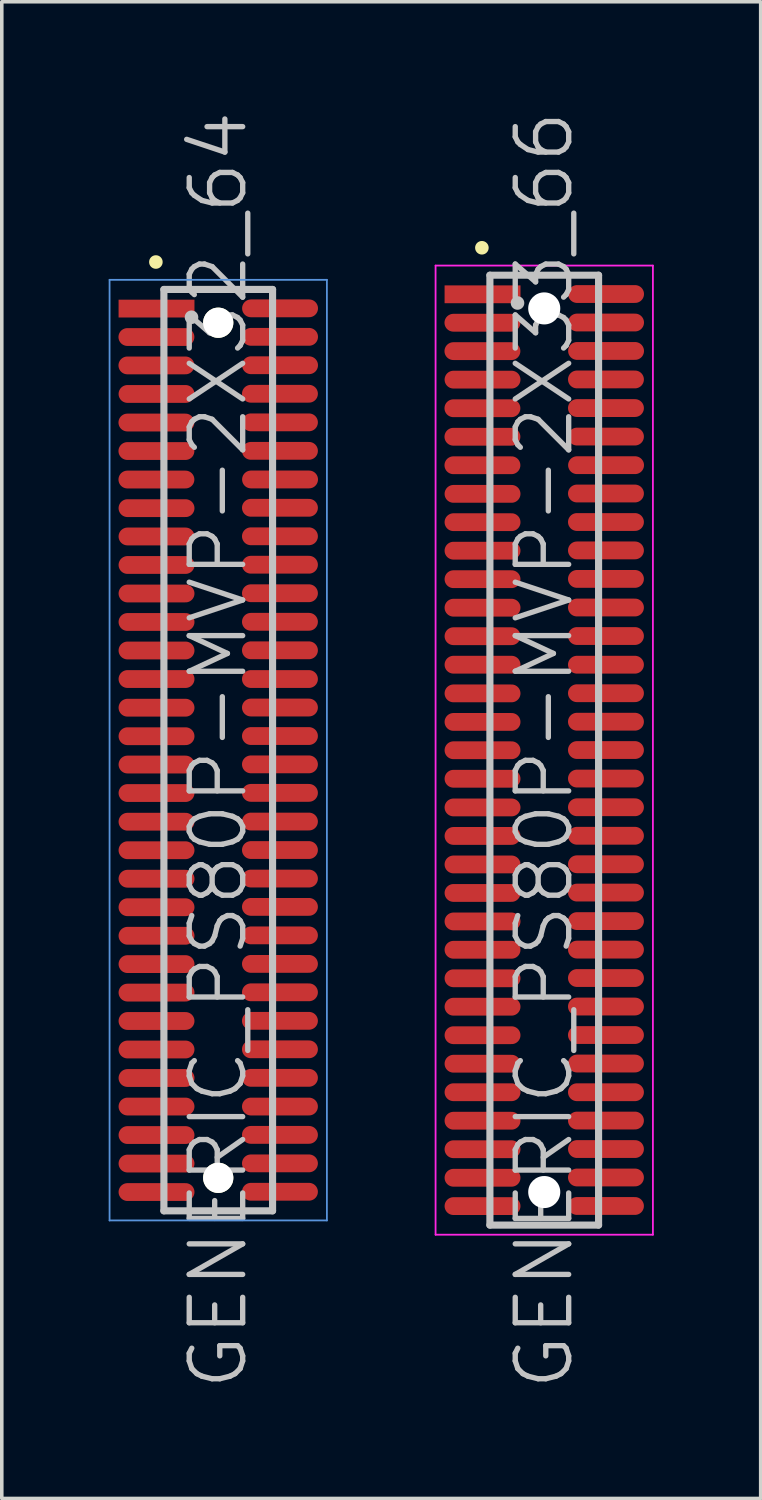
<source format=kicad_pcb>
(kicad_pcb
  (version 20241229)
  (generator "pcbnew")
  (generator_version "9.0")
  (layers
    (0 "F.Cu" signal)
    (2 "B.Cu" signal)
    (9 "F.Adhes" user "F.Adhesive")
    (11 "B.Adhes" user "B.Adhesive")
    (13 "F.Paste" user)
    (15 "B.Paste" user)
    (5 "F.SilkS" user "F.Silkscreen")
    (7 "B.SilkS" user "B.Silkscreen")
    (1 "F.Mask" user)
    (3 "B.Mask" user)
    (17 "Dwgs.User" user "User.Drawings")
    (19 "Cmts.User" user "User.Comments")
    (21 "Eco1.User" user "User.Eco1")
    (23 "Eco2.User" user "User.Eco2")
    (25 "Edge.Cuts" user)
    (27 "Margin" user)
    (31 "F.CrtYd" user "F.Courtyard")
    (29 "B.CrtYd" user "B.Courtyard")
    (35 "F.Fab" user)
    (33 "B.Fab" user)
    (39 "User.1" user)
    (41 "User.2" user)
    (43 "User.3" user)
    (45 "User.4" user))
  (footprint "GENERIC_PS80P-MVP-2X33_66"
    (layer "F.Cu")
    (at 12.225 18.004)
    (property "Reference" "GENERIC_PS80P-MVP-2X33_66" (at 0 0 90) (layer "Dwgs.User") (effects (font (size 1.5 1.5) (thickness 0.15))))
    (attr smd)
    (fp_line (start -1.75 -14.1) (end -1.75 -14.1) (stroke (width 0.381) (type solid)) (layer "F.SilkS"))
    (fp_line (start -1.525 -13.33) (end -1.525 13.33) (stroke (width 0.2) (type solid)) (layer "Dwgs.User"))
    (fp_line (start -1.525 -13.33) (end 1.525 -13.33) (stroke (width 0.2) (type solid)) (layer "Dwgs.User"))
    (fp_line (start -1.525 13.33) (end 1.525 13.33) (stroke (width 0.2) (type solid)) (layer "Dwgs.User"))
    (fp_line (start -0.75 -12.55) (end -0.75 -12.55) (stroke (width 0.381) (type solid)) (layer "Dwgs.User"))
    (fp_line (start 1.525 -13.33) (end 1.525 13.33) (stroke (width 0.2) (type solid)) (layer "Dwgs.User"))
    (fp_line (start -3.05 -13.6) (end -3.05 13.6) (stroke (width 0.05) (type solid)) (layer "F.CrtYd"))
    (fp_line (start -3.05 -13.6) (end 3.05 -13.6) (stroke (width 0.05) (type solid)) (layer "F.CrtYd"))
    (fp_line (start -3.05 13.6) (end 3.05 13.6) (stroke (width 0.05) (type solid)) (layer "F.CrtYd"))
    (fp_line (start 3.05 -13.6) (end 3.05 13.6) (stroke (width 0.05) (type solid)) (layer "F.CrtYd"))
    (pad "" np_thru_hole circle (at 0 -12.398 270) (size 0.9 0.9) (drill 0.9) (layers "*.Cu" "*.Mask"))
    (pad "" np_thru_hole circle (at 0 12.403 270) (size 0.9 0.9) (drill 0.9) (layers "*.Cu" "*.Mask"))
    (pad "1" smd rect (at -1.732 -12.794 270) (size 0.5 2.13) (layers "F.Cu" "F.Mask" "F.Paste"))
    (pad "2" smd oval (at 1.735 -12.802 270) (size 0.5 2.13) (layers "F.Cu" "F.Mask" "F.Paste"))
    (pad "3" smd oval (at -1.735 -11.996 270) (size 0.5 2.13) (layers "F.Cu" "F.Mask" "F.Paste"))
    (pad "4" smd oval (at 1.735 -12.002 270) (size 0.5 2.13) (layers "F.Cu" "F.Mask" "F.Paste"))
    (pad "5" smd oval (at -1.735 -11.199 270) (size 0.5 2.13) (layers "F.Cu" "F.Mask" "F.Paste"))
    (pad "6" smd oval (at 1.735 -11.204 270) (size 0.5 2.13) (layers "F.Cu" "F.Mask" "F.Paste"))
    (pad "7" smd oval (at -1.732 -10.399 270) (size 0.5 2.13) (layers "F.Cu" "F.Mask" "F.Paste"))
    (pad "8" smd oval (at 1.732 -10.404 270) (size 0.5 2.13) (layers "F.Cu" "F.Mask" "F.Paste"))
    (pad "9" smd oval (at -1.735 -9.596 270) (size 0.5 2.13) (layers "F.Cu" "F.Mask" "F.Paste"))
    (pad "10" smd oval (at 1.732 -9.601 270) (size 0.5 2.13) (layers "F.Cu" "F.Mask" "F.Paste"))
    (pad "11" smd oval (at -1.735 -8.796 270) (size 0.5 2.13) (layers "F.Cu" "F.Mask" "F.Paste"))
    (pad "12" smd oval (at 1.732 -8.801 270) (size 0.5 2.13) (layers "F.Cu" "F.Mask" "F.Paste"))
    (pad "13" smd oval (at -1.735 -7.996 270) (size 0.5 2.13) (layers "F.Cu" "F.Mask" "F.Paste"))
    (pad "14" smd oval (at 1.735 -7.998 270) (size 0.5 2.13) (layers "F.Cu" "F.Mask" "F.Paste"))
    (pad "15" smd oval (at -1.732 -7.193 270) (size 0.5 2.13) (layers "F.Cu" "F.Mask" "F.Paste"))
    (pad "16" smd oval (at 1.732 -7.203 270) (size 0.5 2.13) (layers "F.Cu" "F.Mask" "F.Paste"))
    (pad "17" smd oval (at -1.732 -6.398 270) (size 0.5 2.13) (layers "F.Cu" "F.Mask" "F.Paste"))
    (pad "18" smd oval (at 1.732 -6.403 270) (size 0.5 2.13) (layers "F.Cu" "F.Mask" "F.Paste"))
    (pad "19" smd oval (at -1.732 -5.598 270) (size 0.5 2.13) (layers "F.Cu" "F.Mask" "F.Paste"))
    (pad "20" smd oval (at 1.732 -5.606 270) (size 0.5 2.13) (layers "F.Cu" "F.Mask" "F.Paste"))
    (pad "21" smd oval (at -1.732 -4.798 270) (size 0.5 2.13) (layers "F.Cu" "F.Mask" "F.Paste"))
    (pad "22" smd oval (at 1.732 -4.806 270) (size 0.5 2.13) (layers "F.Cu" "F.Mask" "F.Paste"))
    (pad "23" smd oval (at -1.732 -3.998 270) (size 0.5 2.13) (layers "F.Cu" "F.Mask" "F.Paste"))
    (pad "24" smd oval (at 1.732 -4.003 270) (size 0.5 2.13) (layers "F.Cu" "F.Mask" "F.Paste"))
    (pad "25" smd oval (at -1.732 -3.198 270) (size 0.5 2.13) (layers "F.Cu" "F.Mask" "F.Paste"))
    (pad "26" smd oval (at 1.732 -3.203 270) (size 0.5 2.13) (layers "F.Cu" "F.Mask" "F.Paste"))
    (pad "27" smd oval (at -1.732 -2.398 270) (size 0.5 2.13) (layers "F.Cu" "F.Mask" "F.Paste"))
    (pad "28" smd oval (at 1.732 -2.398 270) (size 0.5 2.13) (layers "F.Cu" "F.Mask" "F.Paste"))
    (pad "29" smd oval (at -1.732 -1.593 270) (size 0.5 2.13) (layers "F.Cu" "F.Mask" "F.Paste"))
    (pad "30" smd oval (at 1.732 -1.598 270) (size 0.5 2.13) (layers "F.Cu" "F.Mask" "F.Paste"))
    (pad "31" smd oval (at -1.732 -0.792 270) (size 0.5 2.13) (layers "F.Cu" "F.Mask" "F.Paste"))
    (pad "32" smd oval (at 1.732 -0.798 270) (size 0.5 2.13) (layers "F.Cu" "F.Mask" "F.Paste"))
    (pad "33" smd oval (at -1.732 0.003 270) (size 0.5 2.13) (layers "F.Cu" "F.Mask" "F.Paste"))
    (pad "34" smd oval (at 1.732 -0.003 270) (size 0.5 2.13) (layers "F.Cu" "F.Mask" "F.Paste"))
    (pad "35" smd oval (at -1.732 0.803 270) (size 0.5 2.13) (layers "F.Cu" "F.Mask" "F.Paste"))
    (pad "36" smd oval (at 1.732 0.798 270) (size 0.5 2.13) (layers "F.Cu" "F.Mask" "F.Paste"))
    (pad "37" smd oval (at -1.732 1.608 270) (size 0.5 2.13) (layers "F.Cu" "F.Mask" "F.Paste"))
    (pad "38" smd oval (at 1.732 1.603 270) (size 0.5 2.13) (layers "F.Cu" "F.Mask" "F.Paste"))
    (pad "39" smd oval (at -1.732 2.408 270) (size 0.5 2.13) (layers "F.Cu" "F.Mask" "F.Paste"))
    (pad "40" smd oval (at 1.732 2.403 270) (size 0.5 2.13) (layers "F.Cu" "F.Mask" "F.Paste"))
    (pad "41" smd oval (at -1.732 3.208 270) (size 0.5 2.13) (layers "F.Cu" "F.Mask" "F.Paste"))
    (pad "42" smd oval (at 1.732 3.203 270) (size 0.5 2.13) (layers "F.Cu" "F.Mask" "F.Paste"))
    (pad "43" smd oval (at -1.732 4.008 270) (size 0.5 2.13) (layers "F.Cu" "F.Mask" "F.Paste"))
    (pad "44" smd oval (at 1.732 3.998 270) (size 0.5 2.13) (layers "F.Cu" "F.Mask" "F.Paste"))
    (pad "45" smd oval (at -1.732 4.808 270) (size 0.5 2.13) (layers "F.Cu" "F.Mask" "F.Paste"))
    (pad "46" smd oval (at 1.732 4.798 270) (size 0.5 2.13) (layers "F.Cu" "F.Mask" "F.Paste"))
    (pad "47" smd oval (at -1.732 5.603 270) (size 0.5 2.13) (layers "F.Cu" "F.Mask" "F.Paste"))
    (pad "48" smd oval (at 1.732 5.598 270) (size 0.5 2.13) (layers "F.Cu" "F.Mask" "F.Paste"))
    (pad "49" smd oval (at -1.732 6.403 270) (size 0.5 2.13) (layers "F.Cu" "F.Mask" "F.Paste"))
    (pad "50" smd oval (at 1.732 6.396 270) (size 0.5 2.13) (layers "F.Cu" "F.Mask" "F.Paste"))
    (pad "51" smd oval (at -1.732 7.201 270) (size 0.5 2.13) (layers "F.Cu" "F.Mask" "F.Paste"))
    (pad "52" smd oval (at 1.732 7.196 270) (size 0.5 2.13) (layers "F.Cu" "F.Mask" "F.Paste"))
    (pad "53" smd oval (at -1.732 8.001 270) (size 0.5 2.13) (layers "F.Cu" "F.Mask" "F.Paste"))
    (pad "54" smd oval (at 1.732 7.996 270) (size 0.5 2.13) (layers "F.Cu" "F.Mask" "F.Paste"))
    (pad "55" smd oval (at -1.732 8.801 270) (size 0.5 2.13) (layers "F.Cu" "F.Mask" "F.Paste"))
    (pad "56" smd oval (at 1.732 8.796 270) (size 0.5 2.13) (layers "F.Cu" "F.Mask" "F.Paste"))
    (pad "57" smd oval (at -1.732 9.601 270) (size 0.5 2.13) (layers "F.Cu" "F.Mask" "F.Paste"))
    (pad "58" smd oval (at 1.732 9.601 270) (size 0.5 2.13) (layers "F.Cu" "F.Mask" "F.Paste"))
    (pad "59" smd oval (at -1.732 10.401 270) (size 0.5 2.13) (layers "F.Cu" "F.Mask" "F.Paste"))
    (pad "60" smd oval (at 1.732 10.396 270) (size 0.5 2.13) (layers "F.Cu" "F.Mask" "F.Paste"))
    (pad "61" smd oval (at -1.732 11.201 270) (size 0.5 2.13) (layers "F.Cu" "F.Mask" "F.Paste"))
    (pad "62" smd oval (at 1.732 11.196 270) (size 0.5 2.13) (layers "F.Cu" "F.Mask" "F.Paste"))
    (pad "63" smd oval (at -1.732 12.002 270) (size 0.5 2.13) (layers "F.Cu" "F.Mask" "F.Paste"))
    (pad "64" smd oval (at 1.732 11.994 270) (size 0.5 2.13) (layers "F.Cu" "F.Mask" "F.Paste"))
    (pad "65" smd oval (at -1.732 12.797 270) (size 0.5 2.13) (layers "F.Cu" "F.Mask" "F.Paste"))
    (pad "66" smd oval (at 1.732 12.794 270) (size 0.5 2.13) (layers "F.Cu" "F.Mask" "F.Paste")))
  (footprint "GENERIC_PS80P-MVP-2X32_64"
    (layer "F.Cu")
    (at 3.075 18.004)
    (property "Reference" "GENERIC_PS80P-MVP-2X32_64" (at 0 0 90) (layer "Dwgs.User") (effects (font (size 1.5 1.5) (thickness 0.15))))
    (attr smd)
    (fp_line (start -1.75 -13.7) (end -1.75 -13.7) (stroke (width 0.381) (type solid)) (layer "F.SilkS"))
    (fp_line (start -1.525 -12.93) (end -1.525 12.93) (stroke (width 0.2) (type solid)) (layer "Dwgs.User"))
    (fp_line (start -1.525 -12.93) (end 1.525 -12.93) (stroke (width 0.2) (type solid)) (layer "Dwgs.User"))
    (fp_line (start -1.525 12.93) (end 1.525 12.93) (stroke (width 0.2) (type solid)) (layer "Dwgs.User"))
    (fp_line (start -0.75 -12.15) (end -0.75 -12.15) (stroke (width 0.381) (type solid)) (layer "Dwgs.User"))
    (fp_line (start 1.525 -12.93) (end 1.525 12.93) (stroke (width 0.2) (type solid)) (layer "Dwgs.User"))
    (fp_line (start -3.05 -13.2) (end -3.05 13.2) (stroke (width 0.05) (type solid)) (layer "Cmts.User"))
    (fp_line (start -3.05 -13.2) (end 3.05 -13.2) (stroke (width 0.05) (type solid)) (layer "Cmts.User"))
    (fp_line (start -3.05 13.2) (end 3.05 13.2) (stroke (width 0.05) (type solid)) (layer "Cmts.User"))
    (fp_line (start 3.05 -13.2) (end 3.05 13.2) (stroke (width 0.05) (type solid)) (layer "Cmts.User"))
    (pad "" np_thru_hole circle (at 0 -11.996 270) (size 0.848 0.848) (drill 0.848) (layers "*.Cu" "*.Mask" "F.SilkS"))
    (pad "" np_thru_hole circle (at 0 12.004 270) (size 0.848 0.848) (drill 0.848) (layers "*.Cu" "*.Mask" "F.SilkS"))
    (pad "1" smd rect (at -1.732 -12.393 270) (size 0.5 2.13) (layers "F.Cu" "F.Mask" "F.Paste"))
    (pad "2" smd oval (at 1.735 -12.4 270) (size 0.5 2.13) (layers "F.Cu" "F.Mask" "F.Paste"))
    (pad "3" smd oval (at -1.735 -11.595 270) (size 0.5 2.13) (layers "F.Cu" "F.Mask" "F.Paste"))
    (pad "4" smd oval (at 1.735 -11.6 270) (size 0.5 2.13) (layers "F.Cu" "F.Mask" "F.Paste"))
    (pad "5" smd oval (at -1.735 -10.798 270) (size 0.5 2.13) (layers "F.Cu" "F.Mask" "F.Paste"))
    (pad "6" smd oval (at 1.735 -10.803 270) (size 0.5 2.13) (layers "F.Cu" "F.Mask" "F.Paste"))
    (pad "7" smd oval (at -1.732 -9.997 270) (size 0.5 2.13) (layers "F.Cu" "F.Mask" "F.Paste"))
    (pad "8" smd oval (at 1.732 -10.003 270) (size 0.5 2.13) (layers "F.Cu" "F.Mask" "F.Paste"))
    (pad "9" smd oval (at -1.735 -9.195 270) (size 0.5 2.13) (layers "F.Cu" "F.Mask" "F.Paste"))
    (pad "10" smd oval (at 1.732 -9.2 270) (size 0.5 2.13) (layers "F.Cu" "F.Mask" "F.Paste"))
    (pad "11" smd oval (at -1.735 -8.395 270) (size 0.5 2.13) (layers "F.Cu" "F.Mask" "F.Paste"))
    (pad "12" smd oval (at 1.732 -8.4 270) (size 0.5 2.13) (layers "F.Cu" "F.Mask" "F.Paste"))
    (pad "13" smd oval (at -1.735 -7.595 270) (size 0.5 2.13) (layers "F.Cu" "F.Mask" "F.Paste"))
    (pad "14" smd oval (at 1.735 -7.597 270) (size 0.5 2.13) (layers "F.Cu" "F.Mask" "F.Paste"))
    (pad "15" smd oval (at -1.732 -6.792 270) (size 0.5 2.13) (layers "F.Cu" "F.Mask" "F.Paste"))
    (pad "16" smd oval (at 1.732 -6.802 270) (size 0.5 2.13) (layers "F.Cu" "F.Mask" "F.Paste"))
    (pad "17" smd oval (at -1.732 -5.997 270) (size 0.5 2.13) (layers "F.Cu" "F.Mask" "F.Paste"))
    (pad "18" smd oval (at 1.732 -6.002 270) (size 0.5 2.13) (layers "F.Cu" "F.Mask" "F.Paste"))
    (pad "19" smd oval (at -1.732 -5.197 270) (size 0.5 2.13) (layers "F.Cu" "F.Mask" "F.Paste"))
    (pad "20" smd oval (at 1.732 -5.204 270) (size 0.5 2.13) (layers "F.Cu" "F.Mask" "F.Paste"))
    (pad "21" smd oval (at -1.732 -4.397 270) (size 0.5 2.13) (layers "F.Cu" "F.Mask" "F.Paste"))
    (pad "22" smd oval (at 1.732 -4.404 270) (size 0.5 2.13) (layers "F.Cu" "F.Mask" "F.Paste"))
    (pad "23" smd oval (at -1.732 -3.597 270) (size 0.5 2.13) (layers "F.Cu" "F.Mask" "F.Paste"))
    (pad "24" smd oval (at 1.732 -3.602 270) (size 0.5 2.13) (layers "F.Cu" "F.Mask" "F.Paste"))
    (pad "25" smd oval (at -1.732 -2.797 270) (size 0.5 2.13) (layers "F.Cu" "F.Mask" "F.Paste"))
    (pad "26" smd oval (at 1.732 -2.802 270) (size 0.5 2.13) (layers "F.Cu" "F.Mask" "F.Paste"))
    (pad "27" smd oval (at -1.732 -1.996 270) (size 0.5 2.13) (layers "F.Cu" "F.Mask" "F.Paste"))
    (pad "28" smd oval (at 1.732 -1.996 270) (size 0.5 2.13) (layers "F.Cu" "F.Mask" "F.Paste"))
    (pad "29" smd oval (at -1.732 -1.191 270) (size 0.5 2.13) (layers "F.Cu" "F.Mask" "F.Paste"))
    (pad "30" smd oval (at 1.732 -1.196 270) (size 0.5 2.13) (layers "F.Cu" "F.Mask" "F.Paste"))
    (pad "31" smd oval (at -1.732 -0.391 270) (size 0.5 2.13) (layers "F.Cu" "F.Mask" "F.Paste"))
    (pad "32" smd oval (at 1.732 -0.396 270) (size 0.5 2.13) (layers "F.Cu" "F.Mask" "F.Paste"))
    (pad "33" smd oval (at -1.732 0.404 270) (size 0.5 2.13) (layers "F.Cu" "F.Mask" "F.Paste"))
    (pad "34" smd oval (at 1.732 0.399 270) (size 0.5 2.13) (layers "F.Cu" "F.Mask" "F.Paste"))
    (pad "35" smd oval (at -1.732 1.204 270) (size 0.5 2.13) (layers "F.Cu" "F.Mask" "F.Paste"))
    (pad "36" smd oval (at 1.732 1.199 270) (size 0.5 2.13) (layers "F.Cu" "F.Mask" "F.Paste"))
    (pad "37" smd oval (at -1.732 2.009 270) (size 0.5 2.13) (layers "F.Cu" "F.Mask" "F.Paste"))
    (pad "38" smd oval (at 1.732 2.004 270) (size 0.5 2.13) (layers "F.Cu" "F.Mask" "F.Paste"))
    (pad "39" smd oval (at -1.732 2.809 270) (size 0.5 2.13) (layers "F.Cu" "F.Mask" "F.Paste"))
    (pad "40" smd oval (at 1.732 2.804 270) (size 0.5 2.13) (layers "F.Cu" "F.Mask" "F.Paste"))
    (pad "41" smd oval (at -1.732 3.609 270) (size 0.5 2.13) (layers "F.Cu" "F.Mask" "F.Paste"))
    (pad "42" smd oval (at 1.732 3.604 270) (size 0.5 2.13) (layers "F.Cu" "F.Mask" "F.Paste"))
    (pad "43" smd oval (at -1.732 4.409 270) (size 0.5 2.13) (layers "F.Cu" "F.Mask" "F.Paste"))
    (pad "44" smd oval (at 1.732 4.399 270) (size 0.5 2.13) (layers "F.Cu" "F.Mask" "F.Paste"))
    (pad "45" smd oval (at -1.732 5.21 270) (size 0.5 2.13) (layers "F.Cu" "F.Mask" "F.Paste"))
    (pad "46" smd oval (at 1.732 5.199 270) (size 0.5 2.13) (layers "F.Cu" "F.Mask" "F.Paste"))
    (pad "47" smd oval (at -1.732 6.005 270) (size 0.5 2.13) (layers "F.Cu" "F.Mask" "F.Paste"))
    (pad "48" smd oval (at 1.732 5.999 270) (size 0.5 2.13) (layers "F.Cu" "F.Mask" "F.Paste"))
    (pad "49" smd oval (at -1.732 6.805 270) (size 0.5 2.13) (layers "F.Cu" "F.Mask" "F.Paste"))
    (pad "50" smd oval (at 1.732 6.797 270) (size 0.5 2.13) (layers "F.Cu" "F.Mask" "F.Paste"))
    (pad "51" smd oval (at -1.732 7.602 270) (size 0.5 2.13) (layers "F.Cu" "F.Mask" "F.Paste"))
    (pad "52" smd oval (at 1.732 7.597 270) (size 0.5 2.13) (layers "F.Cu" "F.Mask" "F.Paste"))
    (pad "53" smd oval (at -1.732 8.402 270) (size 0.5 2.13) (layers "F.Cu" "F.Mask" "F.Paste"))
    (pad "54" smd oval (at 1.732 8.397 270) (size 0.5 2.13) (layers "F.Cu" "F.Mask" "F.Paste"))
    (pad "55" smd oval (at -1.732 9.202 270) (size 0.5 2.13) (layers "F.Cu" "F.Mask" "F.Paste"))
    (pad "56" smd oval (at 1.732 9.197 270) (size 0.5 2.13) (layers "F.Cu" "F.Mask" "F.Paste"))
    (pad "57" smd oval (at -1.732 10.003 270) (size 0.5 2.13) (layers "F.Cu" "F.Mask" "F.Paste"))
    (pad "58" smd oval (at 1.732 10.003 270) (size 0.5 2.13) (layers "F.Cu" "F.Mask" "F.Paste"))
    (pad "59" smd oval (at -1.732 10.803 270) (size 0.5 2.13) (layers "F.Cu" "F.Mask" "F.Paste"))
    (pad "60" smd oval (at 1.732 10.798 270) (size 0.5 2.13) (layers "F.Cu" "F.Mask" "F.Paste"))
    (pad "61" smd oval (at -1.732 11.603 270) (size 0.5 2.13) (layers "F.Cu" "F.Mask" "F.Paste"))
    (pad "62" smd oval (at 1.732 11.598 270) (size 0.5 2.13) (layers "F.Cu" "F.Mask" "F.Paste"))
    (pad "63" smd oval (at -1.732 12.403 270) (size 0.5 2.13) (layers "F.Cu" "F.Mask" "F.Paste"))
    (pad "64" smd oval (at 1.732 12.395 270) (size 0.5 2.13) (layers "F.Cu" "F.Mask" "F.Paste")))
  (gr_rect
    (start -3 -3)
    (end 18.3 39.007)
    (stroke (width 0.1) (type default))
    (fill no)
    (layer "Edge.Cuts")))
</source>
